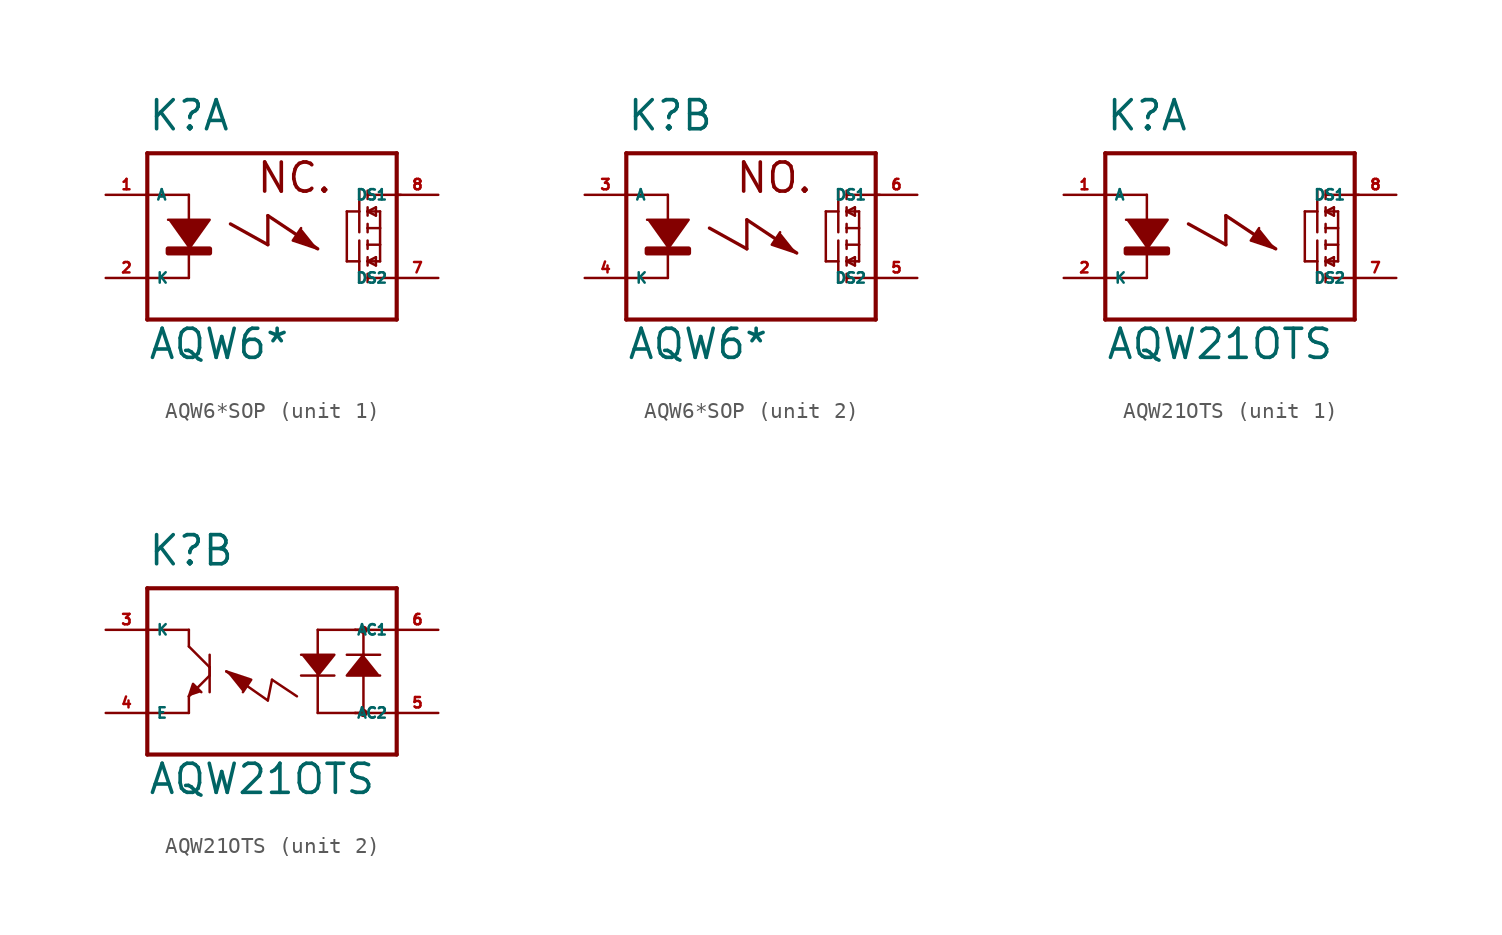
<source format=kicad_sym>
(kicad_symbol_lib
  (version 20220914)
  (generator Eagle2Kicad)
  (symbol "AQW6*SOP"
    (property "Reference" "K"
      (at -7.62 6.35 0)
      (effects (font (size 1.778 1.778) (thickness 0.22)) (justify left bottom)))
    (property "Value" "AQW6*"
      (at -7.62 -7.62 0)
      (effects (font (size 1.778 1.778) (thickness 0.22)) (justify left bottom)))
    (symbol "AQW6*SOP_1_0"
      (polyline (pts (xy -6.35 1.016) (xy -3.81 1.016) (xy -5.08 -0.762)) (stroke (width 0.152) (type default)) (fill (type outline)))
      (polyline (pts (xy 1.778 0.508) (xy 1.27 -0.254) (xy 2.794 -0.762)) (stroke (width 0.152) (type default)) (fill (type outline)))
      (polyline (pts (xy -5.08 2.54) (xy -5.08 -2.54)) (stroke (width 0.152) (type default)) (fill (type none)))
      (polyline (pts (xy 5.842 2.794) (xy 5.842 2.286)) (stroke (width 0.152) (type default)) (fill (type none)))
      (polyline (pts (xy 5.842 1.778) (xy 5.842 1.524)) (stroke (width 0.152) (type default)) (fill (type none)))
      (polyline (pts (xy 5.842 1.524) (xy 5.842 1.27)) (stroke (width 0.152) (type default)) (fill (type none)))
      (polyline (pts (xy 5.842 0.762) (xy 5.842 0.508)) (stroke (width 0.152) (type default)) (fill (type none)))
      (polyline (pts (xy 5.842 0.508) (xy 5.842 0.254)) (stroke (width 0.152) (type default)) (fill (type none)))
      (polyline (pts (xy 5.842 1.524) (xy 6.604 1.524)) (stroke (width 0.152) (type default)) (fill (type none)))
      (polyline (pts (xy 6.35 1.778) (xy 5.842 1.524)) (stroke (width 0.152) (type default)) (fill (type none)))
      (polyline (pts (xy 5.842 1.524) (xy 6.35 1.27)) (stroke (width 0.152) (type default)) (fill (type none)))
      (polyline (pts (xy 6.35 1.27) (xy 6.35 1.778)) (stroke (width 0.152) (type default)) (fill (type none)))
      (polyline (pts (xy 5.842 0.508) (xy 6.604 0.508)) (stroke (width 0.152) (type default)) (fill (type none)))
      (polyline (pts (xy 6.604 0.508) (xy 6.604 1.524)) (stroke (width 0.152) (type default)) (fill (type none)))
      (polyline (pts (xy 5.334 2.794) (xy 5.334 1.524)) (stroke (width 0.152) (type default)) (fill (type none)))
      (polyline (pts (xy 5.334 1.524) (xy 5.334 0.254)) (stroke (width 0.152) (type default)) (fill (type none)))
      (polyline (pts (xy 5.334 1.524) (xy 4.572 1.524)) (stroke (width 0.152) (type default)) (fill (type none)))
      (polyline (pts (xy 5.842 -2.794) (xy 5.842 -2.286)) (stroke (width 0.152) (type default)) (fill (type none)))
      (polyline (pts (xy 5.842 -1.778) (xy 5.842 -1.524)) (stroke (width 0.152) (type default)) (fill (type none)))
      (polyline (pts (xy 5.842 -1.524) (xy 5.842 -1.27)) (stroke (width 0.152) (type default)) (fill (type none)))
      (polyline (pts (xy 5.842 -0.762) (xy 5.842 -0.508)) (stroke (width 0.152) (type default)) (fill (type none)))
      (polyline (pts (xy 5.842 -0.508) (xy 5.842 -0.254)) (stroke (width 0.152) (type default)) (fill (type none)))
      (polyline (pts (xy 5.842 -1.524) (xy 6.604 -1.524)) (stroke (width 0.152) (type default)) (fill (type none)))
      (polyline (pts (xy 6.35 -1.778) (xy 5.842 -1.524)) (stroke (width 0.152) (type default)) (fill (type none)))
      (polyline (pts (xy 5.842 -1.524) (xy 6.35 -1.27)) (stroke (width 0.152) (type default)) (fill (type none)))
      (polyline (pts (xy 6.35 -1.27) (xy 6.35 -1.778)) (stroke (width 0.152) (type default)) (fill (type none)))
      (polyline (pts (xy 5.842 -0.508) (xy 6.604 -0.508)) (stroke (width 0.152) (type default)) (fill (type none)))
      (polyline (pts (xy 6.604 -0.508) (xy 6.604 -1.524)) (stroke (width 0.152) (type default)) (fill (type none)))
      (polyline (pts (xy 6.604 0.508) (xy 6.604 -0.508)) (stroke (width 0.152) (type default)) (fill (type none)))
      (polyline (pts (xy 5.334 -2.794) (xy 5.334 -1.524)) (stroke (width 0.152) (type default)) (fill (type none)))
      (polyline (pts (xy 5.334 -1.524) (xy 5.334 -0.254)) (stroke (width 0.152) (type default)) (fill (type none)))
      (polyline (pts (xy 5.334 -1.524) (xy 4.572 -1.524)) (stroke (width 0.152) (type default)) (fill (type none)))
      (polyline (pts (xy 4.572 1.524) (xy 4.572 -1.524)) (stroke (width 0.152) (type default)) (fill (type none)))
      (polyline (pts (xy -7.62 5.08) (xy -7.62 2.54)) (stroke (width 0.254) (type default)) (fill (type none)))
      (polyline (pts (xy -7.62 2.54) (xy -7.62 -2.54)) (stroke (width 0.254) (type default)) (fill (type none)))
      (polyline (pts (xy -7.62 -2.54) (xy -7.62 -5.08)) (stroke (width 0.254) (type default)) (fill (type none)))
      (polyline (pts (xy -7.62 -5.08) (xy 7.62 -5.08)) (stroke (width 0.254) (type default)) (fill (type none)))
      (polyline (pts (xy 5.842 2.54) (xy 7.874 2.54)) (stroke (width 0.152) (type default)) (fill (type none)))
      (polyline (pts (xy 5.842 -2.54) (xy 7.62 -2.54)) (stroke (width 0.152) (type default)) (fill (type none)))
      (polyline (pts (xy 7.62 -5.08) (xy 7.62 5.08)) (stroke (width 0.254) (type default)) (fill (type none)))
      (polyline (pts (xy 7.62 5.08) (xy -7.62 5.08)) (stroke (width 0.254) (type default)) (fill (type none)))
      (polyline (pts (xy -5.08 2.54) (xy -7.62 2.54)) (stroke (width 0.152) (type default)) (fill (type none)))
      (polyline (pts (xy -5.08 -2.54) (xy -7.62 -2.54)) (stroke (width 0.152) (type default)) (fill (type none)))
      (polyline (pts (xy -2.54 0.762) (xy -0.254 -0.508)) (stroke (width 0.203) (type default)) (fill (type none)))
      (polyline (pts (xy -0.254 -0.508) (xy -0.254 1.27)) (stroke (width 0.203) (type default)) (fill (type none)))
      (polyline (pts (xy -0.254 1.27) (xy 2.794 -0.762)) (stroke (width 0.203) (type default)) (fill (type none)))
      (text "NC." (at -1.016 2.54 0) (effects (font (size 1.778 1.778) (thickness 0.22)) (justify left bottom)))
      (rectangle (start -6.35 -1.016) (end -3.81 -0.762) (stroke (width 0.3) (type default)) (fill (type outline)))
      (pin passive line (at -10.16 2.54 0) (length 2.54) (name "A" (effects (font (size 0.635 0.635) (thickness 0.08)) (justify left bottom))) (number "1" (effects (font (size 0.635 0.635) (thickness 0.08)) (justify left bottom))))
      (pin passive line (at -10.16 -2.54 0) (length 2.54) (name "K" (effects (font (size 0.635 0.635) (thickness 0.08)) (justify left bottom))) (number "2" (effects (font (size 0.635 0.635) (thickness 0.08)) (justify left bottom))))
      (pin passive line (at 10.16 2.54 180) (length 2.54) (name "DS1" (effects (font (size 0.635 0.635) (thickness 0.08)) (justify left bottom))) (number "8" (effects (font (size 0.635 0.635) (thickness 0.08)) (justify left bottom))))
      (pin passive line (at 10.16 -2.54 180) (length 2.54) (name "DS2" (effects (font (size 0.635 0.635) (thickness 0.08)) (justify left bottom))) (number "7" (effects (font (size 0.635 0.635) (thickness 0.08)) (justify left bottom)))))
    (symbol "AQW6*SOP_2_0"
      (polyline (pts (xy -6.35 1.016) (xy -3.81 1.016) (xy -5.08 -0.762)) (stroke (width 0.152) (type default)) (fill (type outline)))
      (polyline (pts (xy 1.778 0.254) (xy 1.27 -0.508) (xy 2.794 -1.016)) (stroke (width 0.152) (type default)) (fill (type outline)))
      (polyline (pts (xy -5.08 2.54) (xy -5.08 -2.54)) (stroke (width 0.152) (type default)) (fill (type none)))
      (polyline (pts (xy 5.842 2.794) (xy 5.842 2.286)) (stroke (width 0.152) (type default)) (fill (type none)))
      (polyline (pts (xy 5.842 1.778) (xy 5.842 1.524)) (stroke (width 0.152) (type default)) (fill (type none)))
      (polyline (pts (xy 5.842 1.524) (xy 5.842 1.27)) (stroke (width 0.152) (type default)) (fill (type none)))
      (polyline (pts (xy 5.842 0.762) (xy 5.842 0.508)) (stroke (width 0.152) (type default)) (fill (type none)))
      (polyline (pts (xy 5.842 0.508) (xy 5.842 0.254)) (stroke (width 0.152) (type default)) (fill (type none)))
      (polyline (pts (xy 5.842 1.524) (xy 6.604 1.524)) (stroke (width 0.152) (type default)) (fill (type none)))
      (polyline (pts (xy 6.35 1.778) (xy 5.842 1.524)) (stroke (width 0.152) (type default)) (fill (type none)))
      (polyline (pts (xy 5.842 1.524) (xy 6.35 1.27)) (stroke (width 0.152) (type default)) (fill (type none)))
      (polyline (pts (xy 6.35 1.27) (xy 6.35 1.778)) (stroke (width 0.152) (type default)) (fill (type none)))
      (polyline (pts (xy 5.842 0.508) (xy 6.604 0.508)) (stroke (width 0.152) (type default)) (fill (type none)))
      (polyline (pts (xy 6.604 0.508) (xy 6.604 1.524)) (stroke (width 0.152) (type default)) (fill (type none)))
      (polyline (pts (xy 5.334 2.794) (xy 5.334 1.524)) (stroke (width 0.152) (type default)) (fill (type none)))
      (polyline (pts (xy 5.334 1.524) (xy 5.334 0.254)) (stroke (width 0.152) (type default)) (fill (type none)))
      (polyline (pts (xy 5.334 1.524) (xy 4.572 1.524)) (stroke (width 0.152) (type default)) (fill (type none)))
      (polyline (pts (xy 5.842 -2.794) (xy 5.842 -2.286)) (stroke (width 0.152) (type default)) (fill (type none)))
      (polyline (pts (xy 5.842 -1.778) (xy 5.842 -1.524)) (stroke (width 0.152) (type default)) (fill (type none)))
      (polyline (pts (xy 5.842 -1.524) (xy 5.842 -1.27)) (stroke (width 0.152) (type default)) (fill (type none)))
      (polyline (pts (xy 5.842 -0.762) (xy 5.842 -0.508)) (stroke (width 0.152) (type default)) (fill (type none)))
      (polyline (pts (xy 5.842 -0.508) (xy 5.842 -0.254)) (stroke (width 0.152) (type default)) (fill (type none)))
      (polyline (pts (xy 5.842 -1.524) (xy 6.604 -1.524)) (stroke (width 0.152) (type default)) (fill (type none)))
      (polyline (pts (xy 6.35 -1.778) (xy 5.842 -1.524)) (stroke (width 0.152) (type default)) (fill (type none)))
      (polyline (pts (xy 5.842 -1.524) (xy 6.35 -1.27)) (stroke (width 0.152) (type default)) (fill (type none)))
      (polyline (pts (xy 6.35 -1.27) (xy 6.35 -1.778)) (stroke (width 0.152) (type default)) (fill (type none)))
      (polyline (pts (xy 5.842 -0.508) (xy 6.604 -0.508)) (stroke (width 0.152) (type default)) (fill (type none)))
      (polyline (pts (xy 6.604 -0.508) (xy 6.604 -1.524)) (stroke (width 0.152) (type default)) (fill (type none)))
      (polyline (pts (xy 6.604 0.508) (xy 6.604 -0.508)) (stroke (width 0.152) (type default)) (fill (type none)))
      (polyline (pts (xy 5.334 -2.794) (xy 5.334 -1.524)) (stroke (width 0.152) (type default)) (fill (type none)))
      (polyline (pts (xy 5.334 -1.524) (xy 5.334 -0.254)) (stroke (width 0.152) (type default)) (fill (type none)))
      (polyline (pts (xy 5.334 -1.524) (xy 4.572 -1.524)) (stroke (width 0.152) (type default)) (fill (type none)))
      (polyline (pts (xy 4.572 1.524) (xy 4.572 -1.524)) (stroke (width 0.152) (type default)) (fill (type none)))
      (polyline (pts (xy -7.62 5.08) (xy -7.62 2.54)) (stroke (width 0.254) (type default)) (fill (type none)))
      (polyline (pts (xy -7.62 2.54) (xy -7.62 -2.54)) (stroke (width 0.254) (type default)) (fill (type none)))
      (polyline (pts (xy -7.62 -2.54) (xy -7.62 -5.08)) (stroke (width 0.254) (type default)) (fill (type none)))
      (polyline (pts (xy -7.62 -5.08) (xy 7.62 -5.08)) (stroke (width 0.254) (type default)) (fill (type none)))
      (polyline (pts (xy 5.842 2.54) (xy 7.874 2.54)) (stroke (width 0.152) (type default)) (fill (type none)))
      (polyline (pts (xy 5.842 -2.54) (xy 7.62 -2.54)) (stroke (width 0.152) (type default)) (fill (type none)))
      (polyline (pts (xy 7.62 -5.08) (xy 7.62 5.08)) (stroke (width 0.254) (type default)) (fill (type none)))
      (polyline (pts (xy 7.62 5.08) (xy -7.62 5.08)) (stroke (width 0.254) (type default)) (fill (type none)))
      (polyline (pts (xy -5.08 2.54) (xy -7.62 2.54)) (stroke (width 0.152) (type default)) (fill (type none)))
      (polyline (pts (xy -5.08 -2.54) (xy -7.62 -2.54)) (stroke (width 0.152) (type default)) (fill (type none)))
      (polyline (pts (xy -2.54 0.508) (xy -0.254 -0.762)) (stroke (width 0.203) (type default)) (fill (type none)))
      (polyline (pts (xy -0.254 -0.762) (xy -0.254 1.016)) (stroke (width 0.203) (type default)) (fill (type none)))
      (polyline (pts (xy -0.254 1.016) (xy 2.794 -1.016)) (stroke (width 0.203) (type default)) (fill (type none)))
      (text "NO." (at -1.016 2.54 0) (effects (font (size 1.778 1.778) (thickness 0.22)) (justify left bottom)))
      (rectangle (start -6.35 -1.016) (end -3.81 -0.762) (stroke (width 0.3) (type default)) (fill (type outline)))
      (pin passive line (at -10.16 2.54 0) (length 2.54) (name "A" (effects (font (size 0.635 0.635) (thickness 0.08)) (justify left bottom))) (number "3" (effects (font (size 0.635 0.635) (thickness 0.08)) (justify left bottom))))
      (pin passive line (at -10.16 -2.54 0) (length 2.54) (name "K" (effects (font (size 0.635 0.635) (thickness 0.08)) (justify left bottom))) (number "4" (effects (font (size 0.635 0.635) (thickness 0.08)) (justify left bottom))))
      (pin passive line (at 10.16 2.54 180) (length 2.54) (name "DS1" (effects (font (size 0.635 0.635) (thickness 0.08)) (justify left bottom))) (number "6" (effects (font (size 0.635 0.635) (thickness 0.08)) (justify left bottom))))
      (pin passive line (at 10.16 -2.54 180) (length 2.54) (name "DS2" (effects (font (size 0.635 0.635) (thickness 0.08)) (justify left bottom))) (number "5" (effects (font (size 0.635 0.635) (thickness 0.08)) (justify left bottom))))))
  (symbol "AQW21OTS"
    (property "Reference" "K"
      (at -7.62 6.35 0)
      (effects (font (size 1.778 1.778) (thickness 0.22)) (justify left bottom)))
    (property "Value" "AQW21OTS"
      (at -7.62 -7.62 0)
      (effects (font (size 1.778 1.778) (thickness 0.22)) (justify left bottom)))
    (symbol "AQW21OTS_1_0"
      (polyline (pts (xy -6.35 1.016) (xy -3.81 1.016) (xy -5.08 -0.762)) (stroke (width 0.152) (type default)) (fill (type outline)))
      (polyline (pts (xy 1.778 0.508) (xy 1.27 -0.254) (xy 2.794 -0.762)) (stroke (width 0.152) (type default)) (fill (type outline)))
      (polyline (pts (xy -5.08 2.54) (xy -5.08 -2.54)) (stroke (width 0.152) (type default)) (fill (type none)))
      (polyline (pts (xy 5.842 2.794) (xy 5.842 2.286)) (stroke (width 0.152) (type default)) (fill (type none)))
      (polyline (pts (xy 5.842 1.778) (xy 5.842 1.524)) (stroke (width 0.152) (type default)) (fill (type none)))
      (polyline (pts (xy 5.842 1.524) (xy 5.842 1.27)) (stroke (width 0.152) (type default)) (fill (type none)))
      (polyline (pts (xy 5.842 0.762) (xy 5.842 0.508)) (stroke (width 0.152) (type default)) (fill (type none)))
      (polyline (pts (xy 5.842 0.508) (xy 5.842 0.254)) (stroke (width 0.152) (type default)) (fill (type none)))
      (polyline (pts (xy 5.842 1.524) (xy 6.604 1.524)) (stroke (width 0.152) (type default)) (fill (type none)))
      (polyline (pts (xy 6.35 1.778) (xy 5.842 1.524)) (stroke (width 0.152) (type default)) (fill (type none)))
      (polyline (pts (xy 5.842 1.524) (xy 6.35 1.27)) (stroke (width 0.152) (type default)) (fill (type none)))
      (polyline (pts (xy 6.35 1.27) (xy 6.35 1.778)) (stroke (width 0.152) (type default)) (fill (type none)))
      (polyline (pts (xy 5.842 0.508) (xy 6.604 0.508)) (stroke (width 0.152) (type default)) (fill (type none)))
      (polyline (pts (xy 6.604 0.508) (xy 6.604 1.524)) (stroke (width 0.152) (type default)) (fill (type none)))
      (polyline (pts (xy 5.334 2.794) (xy 5.334 1.524)) (stroke (width 0.152) (type default)) (fill (type none)))
      (polyline (pts (xy 5.334 1.524) (xy 5.334 0.254)) (stroke (width 0.152) (type default)) (fill (type none)))
      (polyline (pts (xy 5.334 1.524) (xy 4.572 1.524)) (stroke (width 0.152) (type default)) (fill (type none)))
      (polyline (pts (xy 5.842 -2.794) (xy 5.842 -2.286)) (stroke (width 0.152) (type default)) (fill (type none)))
      (polyline (pts (xy 5.842 -1.778) (xy 5.842 -1.524)) (stroke (width 0.152) (type default)) (fill (type none)))
      (polyline (pts (xy 5.842 -1.524) (xy 5.842 -1.27)) (stroke (width 0.152) (type default)) (fill (type none)))
      (polyline (pts (xy 5.842 -0.762) (xy 5.842 -0.508)) (stroke (width 0.152) (type default)) (fill (type none)))
      (polyline (pts (xy 5.842 -0.508) (xy 5.842 -0.254)) (stroke (width 0.152) (type default)) (fill (type none)))
      (polyline (pts (xy 5.842 -1.524) (xy 6.604 -1.524)) (stroke (width 0.152) (type default)) (fill (type none)))
      (polyline (pts (xy 6.35 -1.778) (xy 5.842 -1.524)) (stroke (width 0.152) (type default)) (fill (type none)))
      (polyline (pts (xy 5.842 -1.524) (xy 6.35 -1.27)) (stroke (width 0.152) (type default)) (fill (type none)))
      (polyline (pts (xy 6.35 -1.27) (xy 6.35 -1.778)) (stroke (width 0.152) (type default)) (fill (type none)))
      (polyline (pts (xy 5.842 -0.508) (xy 6.604 -0.508)) (stroke (width 0.152) (type default)) (fill (type none)))
      (polyline (pts (xy 6.604 -0.508) (xy 6.604 -1.524)) (stroke (width 0.152) (type default)) (fill (type none)))
      (polyline (pts (xy 6.604 0.508) (xy 6.604 -0.508)) (stroke (width 0.152) (type default)) (fill (type none)))
      (polyline (pts (xy 5.334 -2.794) (xy 5.334 -1.524)) (stroke (width 0.152) (type default)) (fill (type none)))
      (polyline (pts (xy 5.334 -1.524) (xy 5.334 -0.254)) (stroke (width 0.152) (type default)) (fill (type none)))
      (polyline (pts (xy 5.334 -1.524) (xy 4.572 -1.524)) (stroke (width 0.152) (type default)) (fill (type none)))
      (polyline (pts (xy 4.572 1.524) (xy 4.572 -1.524)) (stroke (width 0.152) (type default)) (fill (type none)))
      (polyline (pts (xy -7.62 5.08) (xy -7.62 2.54)) (stroke (width 0.254) (type default)) (fill (type none)))
      (polyline (pts (xy -7.62 2.54) (xy -7.62 -2.54)) (stroke (width 0.254) (type default)) (fill (type none)))
      (polyline (pts (xy -7.62 -2.54) (xy -7.62 -5.08)) (stroke (width 0.254) (type default)) (fill (type none)))
      (polyline (pts (xy -7.62 -5.08) (xy 7.62 -5.08)) (stroke (width 0.254) (type default)) (fill (type none)))
      (polyline (pts (xy 5.842 2.54) (xy 7.874 2.54)) (stroke (width 0.152) (type default)) (fill (type none)))
      (polyline (pts (xy 5.842 -2.54) (xy 7.62 -2.54)) (stroke (width 0.152) (type default)) (fill (type none)))
      (polyline (pts (xy 7.62 -5.08) (xy 7.62 5.08)) (stroke (width 0.254) (type default)) (fill (type none)))
      (polyline (pts (xy 7.62 5.08) (xy -7.62 5.08)) (stroke (width 0.254) (type default)) (fill (type none)))
      (polyline (pts (xy -5.08 2.54) (xy -7.62 2.54)) (stroke (width 0.152) (type default)) (fill (type none)))
      (polyline (pts (xy -5.08 -2.54) (xy -7.62 -2.54)) (stroke (width 0.152) (type default)) (fill (type none)))
      (polyline (pts (xy -2.54 0.762) (xy -0.254 -0.508)) (stroke (width 0.203) (type default)) (fill (type none)))
      (polyline (pts (xy -0.254 -0.508) (xy -0.254 1.27)) (stroke (width 0.203) (type default)) (fill (type none)))
      (polyline (pts (xy -0.254 1.27) (xy 2.794 -0.762)) (stroke (width 0.203) (type default)) (fill (type none)))
      (rectangle (start -6.35 -1.016) (end -3.81 -0.762) (stroke (width 0.3) (type default)) (fill (type outline)))
      (pin passive line (at -10.16 2.54 0) (length 2.54) (name "A" (effects (font (size 0.635 0.635) (thickness 0.08)) (justify left bottom))) (number "1" (effects (font (size 0.635 0.635) (thickness 0.08)) (justify left bottom))))
      (pin passive line (at -10.16 -2.54 0) (length 2.54) (name "K" (effects (font (size 0.635 0.635) (thickness 0.08)) (justify left bottom))) (number "2" (effects (font (size 0.635 0.635) (thickness 0.08)) (justify left bottom))))
      (pin passive line (at 10.16 2.54 180) (length 2.54) (name "DS1" (effects (font (size 0.635 0.635) (thickness 0.08)) (justify left bottom))) (number "8" (effects (font (size 0.635 0.635) (thickness 0.08)) (justify left bottom))))
      (pin passive line (at 10.16 -2.54 180) (length 2.54) (name "DS2" (effects (font (size 0.635 0.635) (thickness 0.08)) (justify left bottom))) (number "7" (effects (font (size 0.635 0.635) (thickness 0.08)) (justify left bottom)))))
    (symbol "AQW21OTS_2_0"
      (polyline (pts (xy 5.588 1.016) (xy 4.572 -0.254) (xy 6.604 -0.254)) (stroke (width 0.152) (type default)) (fill (type outline)))
      (polyline (pts (xy 2.794 -0.254) (xy 3.81 1.016) (xy 1.778 1.016)) (stroke (width 0.152) (type default)) (fill (type outline)))
      (polyline (pts (xy -5.08 -1.524) (xy -4.826 -0.762) (xy -4.318 -1.27)) (stroke (width 0.152) (type default)) (fill (type outline)))
      (polyline (pts (xy -1.778 -1.27) (xy -1.27 -0.508) (xy -2.794 0)) (stroke (width 0.152) (type default)) (fill (type outline)))
      (polyline (pts (xy 5.588 2.54) (xy 5.588 1.016)) (stroke (width 0.152) (type default)) (fill (type none)))
      (polyline (pts (xy 5.588 1.016) (xy 5.588 -2.54)) (stroke (width 0.152) (type default)) (fill (type none)))
      (polyline (pts (xy 5.588 2.54) (xy 5.08 2.54)) (stroke (width 0.152) (type default)) (fill (type none)))
      (polyline (pts (xy 5.08 2.54) (xy 2.794 2.54)) (stroke (width 0.152) (type default)) (fill (type none)))
      (polyline (pts (xy 4.572 1.016) (xy 5.588 1.016)) (stroke (width 0.152) (type default)) (fill (type none)))
      (polyline (pts (xy 5.588 1.016) (xy 6.604 1.016)) (stroke (width 0.152) (type default)) (fill (type none)))
      (polyline (pts (xy 2.794 -2.54) (xy 2.794 -0.254)) (stroke (width 0.152) (type default)) (fill (type none)))
      (polyline (pts (xy 2.794 -0.254) (xy 2.794 2.54)) (stroke (width 0.152) (type default)) (fill (type none)))
      (polyline (pts (xy 3.81 -0.254) (xy 2.794 -0.254)) (stroke (width 0.152) (type default)) (fill (type none)))
      (polyline (pts (xy 2.794 -0.254) (xy 1.778 -0.254)) (stroke (width 0.152) (type default)) (fill (type none)))
      (polyline (pts (xy 2.794 -2.54) (xy 5.08 -2.54)) (stroke (width 0.152) (type default)) (fill (type none)))
      (polyline (pts (xy 5.08 -2.54) (xy 5.588 -2.54)) (stroke (width 0.152) (type default)) (fill (type none)))
      (polyline (pts (xy -5.08 2.54) (xy -5.08 1.524)) (stroke (width 0.152) (type default)) (fill (type none)))
      (polyline (pts (xy -5.08 1.524) (xy -3.81 0.254)) (stroke (width 0.152) (type default)) (fill (type none)))
      (polyline (pts (xy -3.81 0.254) (xy -3.81 -0.254)) (stroke (width 0.152) (type default)) (fill (type none)))
      (polyline (pts (xy -3.81 -0.254) (xy -5.08 -1.524)) (stroke (width 0.152) (type default)) (fill (type none)))
      (polyline (pts (xy -5.08 -1.524) (xy -5.08 -2.54)) (stroke (width 0.152) (type default)) (fill (type none)))
      (polyline (pts (xy -3.81 1.016) (xy -3.81 0.254)) (stroke (width 0.152) (type default)) (fill (type none)))
      (polyline (pts (xy -3.81 0.254) (xy -3.81 -1.27)) (stroke (width 0.152) (type default)) (fill (type none)))
      (polyline (pts (xy -7.62 5.08) (xy -7.62 2.54)) (stroke (width 0.254) (type default)) (fill (type none)))
      (polyline (pts (xy -7.62 2.54) (xy -7.62 -2.54)) (stroke (width 0.254) (type default)) (fill (type none)))
      (polyline (pts (xy -7.62 -2.54) (xy -7.62 -5.08)) (stroke (width 0.254) (type default)) (fill (type none)))
      (polyline (pts (xy -7.62 -5.08) (xy 7.62 -5.08)) (stroke (width 0.254) (type default)) (fill (type none)))
      (polyline (pts (xy 7.62 -5.08) (xy 7.62 -2.54)) (stroke (width 0.254) (type default)) (fill (type none)))
      (polyline (pts (xy 7.62 -2.54) (xy 7.62 5.08)) (stroke (width 0.254) (type default)) (fill (type none)))
      (polyline (pts (xy 7.62 5.08) (xy -7.62 5.08)) (stroke (width 0.254) (type default)) (fill (type none)))
      (polyline (pts (xy -7.62 -2.54) (xy -5.08 -2.54)) (stroke (width 0.152) (type default)) (fill (type none)))
      (polyline (pts (xy -7.62 2.54) (xy -5.08 2.54)) (stroke (width 0.152) (type default)) (fill (type none)))
      (polyline (pts (xy 5.08 -2.54) (xy 7.62 -2.54)) (stroke (width 0.152) (type default)) (fill (type none)))
      (polyline (pts (xy 5.08 2.54) (xy 7.62 2.54)) (stroke (width 0.152) (type default)) (fill (type none)))
      (polyline (pts (xy 1.524 -1.524) (xy 0 -0.508)) (stroke (width 0.152) (type default)) (fill (type none)))
      (polyline (pts (xy 0 -0.508) (xy -0.254 -1.778)) (stroke (width 0.152) (type default)) (fill (type none)))
      (polyline (pts (xy -0.254 -1.778) (xy -2.794 0)) (stroke (width 0.152) (type default)) (fill (type none)))
      (circle (center 5.588 2.54) (radius 0.127) (stroke (width 0.254) (type default)) (fill (type none)))
      (circle (center 5.588 -2.54) (radius 0.127) (stroke (width 0.254) (type default)) (fill (type none)))
      (pin passive line (at -10.16 2.54 0) (length 2.54) (name "K" (effects (font (size 0.635 0.635) (thickness 0.08)) (justify left bottom))) (number "3" (effects (font (size 0.635 0.635) (thickness 0.08)) (justify left bottom))))
      (pin passive line (at -10.16 -2.54 0) (length 2.54) (name "E" (effects (font (size 0.635 0.635) (thickness 0.08)) (justify left bottom))) (number "4" (effects (font (size 0.635 0.635) (thickness 0.08)) (justify left bottom))))
      (pin passive line (at 10.16 -2.54 180) (length 2.54) (name "AC2" (effects (font (size 0.635 0.635) (thickness 0.08)) (justify left bottom))) (number "5" (effects (font (size 0.635 0.635) (thickness 0.08)) (justify left bottom))))
      (pin passive line (at 10.16 2.54 180) (length 2.54) (name "AC1" (effects (font (size 0.635 0.635) (thickness 0.08)) (justify left bottom))) (number "6" (effects (font (size 0.635 0.635) (thickness 0.08)) (justify left bottom)))))))
</source>
